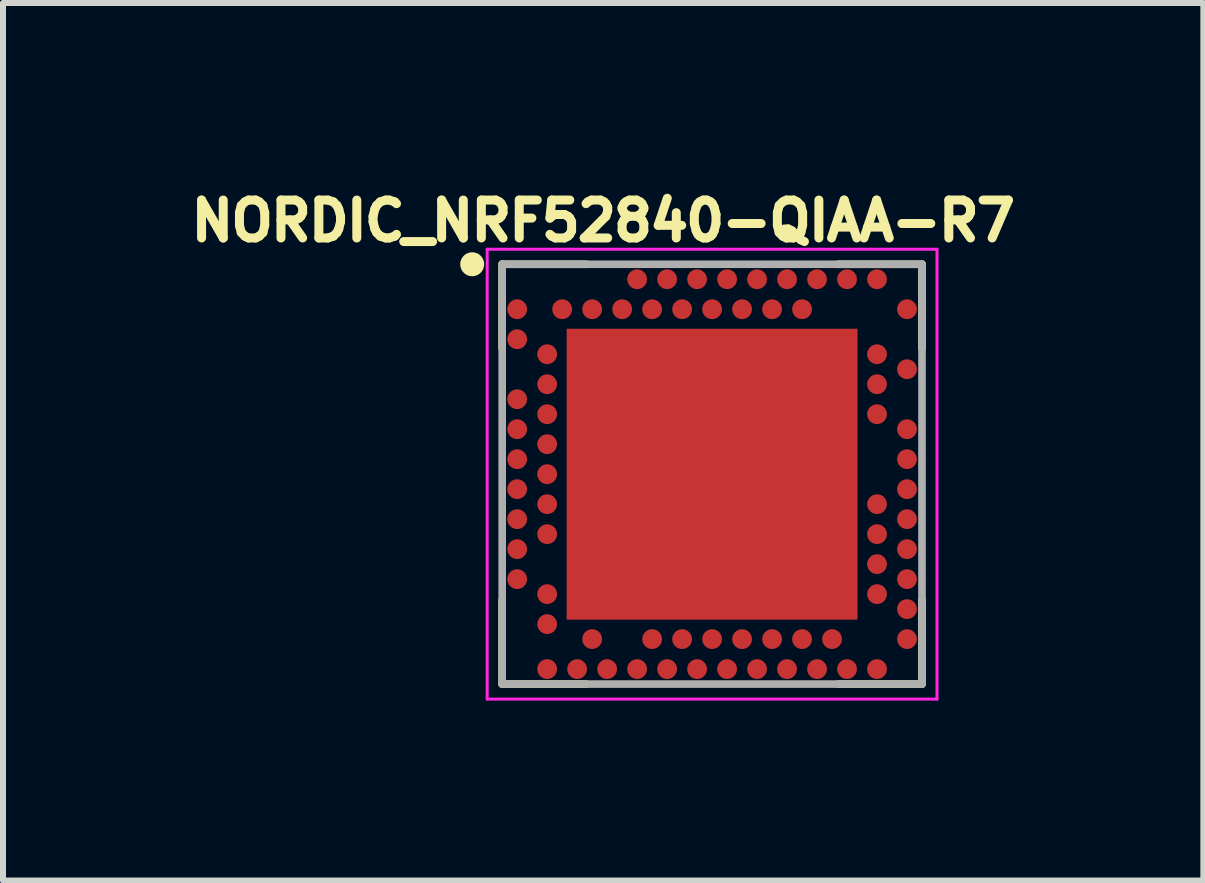
<source format=kicad_pcb>
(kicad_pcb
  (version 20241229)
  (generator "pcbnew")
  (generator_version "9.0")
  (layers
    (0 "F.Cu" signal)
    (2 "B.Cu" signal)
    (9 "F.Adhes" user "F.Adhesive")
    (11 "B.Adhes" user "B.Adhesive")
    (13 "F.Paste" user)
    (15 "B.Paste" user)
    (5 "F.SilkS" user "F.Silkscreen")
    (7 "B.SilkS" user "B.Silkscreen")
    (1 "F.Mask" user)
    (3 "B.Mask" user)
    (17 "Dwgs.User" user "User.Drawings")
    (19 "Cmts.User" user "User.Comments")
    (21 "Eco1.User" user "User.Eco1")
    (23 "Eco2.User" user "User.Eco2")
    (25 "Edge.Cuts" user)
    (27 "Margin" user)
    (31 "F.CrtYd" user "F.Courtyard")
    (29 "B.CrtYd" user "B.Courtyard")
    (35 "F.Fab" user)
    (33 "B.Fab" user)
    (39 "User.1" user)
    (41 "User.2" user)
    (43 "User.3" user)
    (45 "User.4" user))
  (footprint "NORDIC_NRF52840-QIAA-R7"
    (layer "F.Cu")
    (at 8.823 4.856)
    (property "Reference" "NORDIC_NRF52840-QIAA-R7" (at -1.816 -4.223 0) (layer "F.SilkS") (effects (font (size 0.632 0.632) (thickness 0.15))))
    (attr through_hole)
    (fp_line (start -3.5 -2.1) (end -3.5 -3.5) (stroke (width 0.127) (type solid)) (layer "F.SilkS"))
    (fp_line (start -3.5 2.1) (end -3.5 3.5) (stroke (width 0.127) (type solid)) (layer "F.SilkS"))
    (fp_line (start -3.5 3.5) (end -2.1 3.5) (stroke (width 0.127) (type solid)) (layer "F.SilkS"))
    (fp_line (start -2.1 -3.5) (end -3.5 -3.5) (stroke (width 0.127) (type solid)) (layer "F.SilkS"))
    (fp_line (start 2.1 3.5) (end 3.5 3.5) (stroke (width 0.127) (type solid)) (layer "F.SilkS"))
    (fp_line (start 3.5 -3.5) (end 2.1 -3.5) (stroke (width 0.127) (type solid)) (layer "F.SilkS"))
    (fp_line (start 3.5 -2.1) (end 3.5 -3.5) (stroke (width 0.127) (type solid)) (layer "F.SilkS"))
    (fp_line (start 3.5 3.5) (end 3.5 2.1) (stroke (width 0.127) (type solid)) (layer "F.SilkS"))
    (fp_circle (center -4 -3.5) (end -3.9 -3.5) (stroke (width 0.2) (type solid)) (fill no) (layer "F.SilkS"))
    (fp_poly (pts (xy -1.531 -1.53) (xy 1.53 -1.53) (xy 1.53 1.531) (xy -1.531 1.531)) (stroke (width 0.01) (type solid)) (fill yes) (layer "F.Paste"))
    (fp_line (start -3.75 -3.75) (end -3.75 3.75) (stroke (width 0.05) (type solid)) (layer "F.CrtYd"))
    (fp_line (start -3.75 3.75) (end 3.75 3.75) (stroke (width 0.05) (type solid)) (layer "F.CrtYd"))
    (fp_line (start 3.75 -3.75) (end -3.75 -3.75) (stroke (width 0.05) (type solid)) (layer "F.CrtYd"))
    (fp_line (start 3.75 3.75) (end 3.75 -3.75) (stroke (width 0.05) (type solid)) (layer "F.CrtYd"))
    (fp_line (start -3.5 -3.5) (end -3.5 3.5) (stroke (width 0.127) (type solid)) (layer "F.Fab"))
    (fp_line (start -3.5 3.5) (end 3.5 3.5) (stroke (width 0.127) (type solid)) (layer "F.Fab"))
    (fp_line (start 3.5 -3.5) (end -3.5 -3.5) (stroke (width 0.127) (type solid)) (layer "F.Fab"))
    (fp_line (start 3.5 3.5) (end 3.5 -3.5) (stroke (width 0.127) (type solid)) (layer "F.Fab"))
    (pad "A8" smd circle (at -1.25 -3.25) (size 0.33 0.33) (layers "F.Cu" "F.Mask" "F.Paste"))
    (pad "A10" smd circle (at -0.75 -3.25) (size 0.33 0.33) (layers "F.Cu" "F.Mask" "F.Paste"))
    (pad "A12" smd circle (at -0.25 -3.25) (size 0.33 0.33) (layers "F.Cu" "F.Mask" "F.Paste"))
    (pad "A14" smd circle (at 0.25 -3.25) (size 0.33 0.33) (layers "F.Cu" "F.Mask" "F.Paste"))
    (pad "A16" smd circle (at 0.75 -3.25) (size 0.33 0.33) (layers "F.Cu" "F.Mask" "F.Paste"))
    (pad "A18" smd circle (at 1.25 -3.25) (size 0.33 0.33) (layers "F.Cu" "F.Mask" "F.Paste"))
    (pad "A20" smd circle (at 1.75 -3.25) (size 0.33 0.33) (layers "F.Cu" "F.Mask" "F.Paste"))
    (pad "A22" smd circle (at 2.25 -3.25) (size 0.33 0.33) (layers "F.Cu" "F.Mask" "F.Paste"))
    (pad "A23" smd circle (at 2.75 -3.25) (size 0.33 0.33) (layers "F.Cu" "F.Mask" "F.Paste"))
    (pad "AA24" smd circle (at 3.25 2.25 90) (size 0.33 0.33) (layers "F.Cu" "F.Mask" "F.Paste"))
    (pad "AB2" smd circle (at -2.75 2.5 90) (size 0.33 0.33) (layers "F.Cu" "F.Mask" "F.Paste"))
    (pad "AC5" smd circle (at -2 2.75) (size 0.33 0.33) (layers "F.Cu" "F.Mask" "F.Paste"))
    (pad "AC9" smd circle (at -1 2.75) (size 0.33 0.33) (layers "F.Cu" "F.Mask" "F.Paste"))
    (pad "AC11" smd circle (at -0.5 2.75) (size 0.33 0.33) (layers "F.Cu" "F.Mask" "F.Paste"))
    (pad "AC13" smd circle (at 0 2.75) (size 0.33 0.33) (layers "F.Cu" "F.Mask" "F.Paste"))
    (pad "AC15" smd circle (at 0.5 2.75) (size 0.33 0.33) (layers "F.Cu" "F.Mask" "F.Paste"))
    (pad "AC17" smd circle (at 1 2.75) (size 0.33 0.33) (layers "F.Cu" "F.Mask" "F.Paste"))
    (pad "AC19" smd circle (at 1.5 2.75) (size 0.33 0.33) (layers "F.Cu" "F.Mask" "F.Paste"))
    (pad "AC21" smd circle (at 2 2.75) (size 0.33 0.33) (layers "F.Cu" "F.Mask" "F.Paste"))
    (pad "AC24" smd circle (at 3.25 2.75 90) (size 0.33 0.33) (layers "F.Cu" "F.Mask" "F.Paste"))
    (pad "AD2" smd circle (at -2.75 3.25) (size 0.33 0.33) (layers "F.Cu" "F.Mask" "F.Paste"))
    (pad "AD4" smd circle (at -2.25 3.25) (size 0.33 0.33) (layers "F.Cu" "F.Mask" "F.Paste"))
    (pad "AD6" smd circle (at -1.75 3.25) (size 0.33 0.33) (layers "F.Cu" "F.Mask" "F.Paste"))
    (pad "AD8" smd circle (at -1.25 3.25) (size 0.33 0.33) (layers "F.Cu" "F.Mask" "F.Paste"))
    (pad "AD10" smd circle (at -0.75 3.25) (size 0.33 0.33) (layers "F.Cu" "F.Mask" "F.Paste"))
    (pad "AD12" smd circle (at -0.25 3.25) (size 0.33 0.33) (layers "F.Cu" "F.Mask" "F.Paste"))
    (pad "AD14" smd circle (at 0.25 3.25) (size 0.33 0.33) (layers "F.Cu" "F.Mask" "F.Paste"))
    (pad "AD16" smd circle (at 0.75 3.25) (size 0.33 0.33) (layers "F.Cu" "F.Mask" "F.Paste"))
    (pad "AD18" smd circle (at 1.25 3.25) (size 0.33 0.33) (layers "F.Cu" "F.Mask" "F.Paste"))
    (pad "AD20" smd circle (at 1.75 3.25) (size 0.33 0.33) (layers "F.Cu" "F.Mask" "F.Paste"))
    (pad "AD22" smd circle (at 2.25 3.25) (size 0.33 0.33) (layers "F.Cu" "F.Mask" "F.Paste"))
    (pad "AD23" smd circle (at 2.75 3.25) (size 0.33 0.33) (layers "F.Cu" "F.Mask" "F.Paste"))
    (pad "B1" smd circle (at -3.25 -2.75 90) (size 0.33 0.33) (layers "F.Cu" "F.Mask" "F.Paste"))
    (pad "B3" smd circle (at -2.5 -2.75) (size 0.33 0.33) (layers "F.Cu" "F.Mask" "F.Paste"))
    (pad "B5" smd circle (at -2 -2.75) (size 0.33 0.33) (layers "F.Cu" "F.Mask" "F.Paste"))
    (pad "B7" smd circle (at -1.5 -2.75) (size 0.33 0.33) (layers "F.Cu" "F.Mask" "F.Paste"))
    (pad "B9" smd circle (at -1 -2.75) (size 0.33 0.33) (layers "F.Cu" "F.Mask" "F.Paste"))
    (pad "B11" smd circle (at -0.5 -2.75) (size 0.33 0.33) (layers "F.Cu" "F.Mask" "F.Paste"))
    (pad "B13" smd circle (at 0 -2.75) (size 0.33 0.33) (layers "F.Cu" "F.Mask" "F.Paste"))
    (pad "B15" smd circle (at 0.5 -2.75) (size 0.33 0.33) (layers "F.Cu" "F.Mask" "F.Paste"))
    (pad "B17" smd circle (at 1 -2.75) (size 0.33 0.33) (layers "F.Cu" "F.Mask" "F.Paste"))
    (pad "B19" smd circle (at 1.5 -2.75) (size 0.33 0.33) (layers "F.Cu" "F.Mask" "F.Paste"))
    (pad "B24" smd circle (at 3.25 -2.75 90) (size 0.33 0.33) (layers "F.Cu" "F.Mask" "F.Paste"))
    (pad "C1" smd circle (at -3.25 -2.25 90) (size 0.33 0.33) (layers "F.Cu" "F.Mask" "F.Paste"))
    (pad "D2" smd circle (at -2.75 -2 90) (size 0.33 0.33) (layers "F.Cu" "F.Mask" "F.Paste"))
    (pad "D23" smd circle (at 2.75 -2 90) (size 0.33 0.33) (layers "F.Cu" "F.Mask" "F.Paste"))
    (pad "E24" smd circle (at 3.25 -1.75 90) (size 0.33 0.33) (layers "F.Cu" "F.Mask" "F.Paste"))
    (pad "EP" smd rect (at 0 0) (size 4.85 4.85) (layers "F.Cu" "F.Mask"))
    (pad "F2" smd circle (at -2.75 -1.5 90) (size 0.33 0.33) (layers "F.Cu" "F.Mask" "F.Paste"))
    (pad "F23" smd circle (at 2.75 -1.5 90) (size 0.33 0.33) (layers "F.Cu" "F.Mask" "F.Paste"))
    (pad "G1" smd circle (at -3.25 -1.25 90) (size 0.33 0.33) (layers "F.Cu" "F.Mask" "F.Paste"))
    (pad "H2" smd circle (at -2.75 -1 90) (size 0.33 0.33) (layers "F.Cu" "F.Mask" "F.Paste"))
    (pad "H23" smd circle (at 2.75 -1 90) (size 0.33 0.33) (layers "F.Cu" "F.Mask" "F.Paste"))
    (pad "J1" smd circle (at -3.25 -0.75 90) (size 0.33 0.33) (layers "F.Cu" "F.Mask" "F.Paste"))
    (pad "J24" smd circle (at 3.25 -0.75 90) (size 0.33 0.33) (layers "F.Cu" "F.Mask" "F.Paste"))
    (pad "K2" smd circle (at -2.75 -0.5 90) (size 0.33 0.33) (layers "F.Cu" "F.Mask" "F.Paste"))
    (pad "L1" smd circle (at -3.25 -0.25 90) (size 0.33 0.33) (layers "F.Cu" "F.Mask" "F.Paste"))
    (pad "L24" smd circle (at 3.25 -0.25 90) (size 0.33 0.33) (layers "F.Cu" "F.Mask" "F.Paste"))
    (pad "M2" smd circle (at -2.75 0 90) (size 0.33 0.33) (layers "F.Cu" "F.Mask" "F.Paste"))
    (pad "N1" smd circle (at -3.25 0.25 90) (size 0.33 0.33) (layers "F.Cu" "F.Mask" "F.Paste"))
    (pad "N24" smd circle (at 3.25 0.25 90) (size 0.33 0.33) (layers "F.Cu" "F.Mask" "F.Paste"))
    (pad "P2" smd circle (at -2.75 0.5 90) (size 0.33 0.33) (layers "F.Cu" "F.Mask" "F.Paste"))
    (pad "P23" smd circle (at 2.75 0.5 90) (size 0.33 0.33) (layers "F.Cu" "F.Mask" "F.Paste"))
    (pad "R1" smd circle (at -3.25 0.75 90) (size 0.33 0.33) (layers "F.Cu" "F.Mask" "F.Paste"))
    (pad "R24" smd circle (at 3.25 0.75 90) (size 0.33 0.33) (layers "F.Cu" "F.Mask" "F.Paste"))
    (pad "T2" smd circle (at -2.75 1 90) (size 0.33 0.33) (layers "F.Cu" "F.Mask" "F.Paste"))
    (pad "T23" smd circle (at 2.75 1 90) (size 0.33 0.33) (layers "F.Cu" "F.Mask" "F.Paste"))
    (pad "U1" smd circle (at -3.25 1.25 90) (size 0.33 0.33) (layers "F.Cu" "F.Mask" "F.Paste"))
    (pad "U24" smd circle (at 3.25 1.25 90) (size 0.33 0.33) (layers "F.Cu" "F.Mask" "F.Paste"))
    (pad "V23" smd circle (at 2.75 1.5 90) (size 0.33 0.33) (layers "F.Cu" "F.Mask" "F.Paste"))
    (pad "W1" smd circle (at -3.25 1.75 90) (size 0.33 0.33) (layers "F.Cu" "F.Mask" "F.Paste"))
    (pad "W24" smd circle (at 3.25 1.75 90) (size 0.33 0.33) (layers "F.Cu" "F.Mask" "F.Paste"))
    (pad "Y2" smd circle (at -2.75 2 90) (size 0.33 0.33) (layers "F.Cu" "F.Mask" "F.Paste"))
    (pad "Y23" smd circle (at 2.75 2 90) (size 0.33 0.33) (layers "F.Cu" "F.Mask" "F.Paste")))
  (gr_rect
    (start -3 -3)
    (end 17.014 11.631)
    (stroke (width 0.1) (type default))
    (fill no)
    (layer "Edge.Cuts")))
</source>
